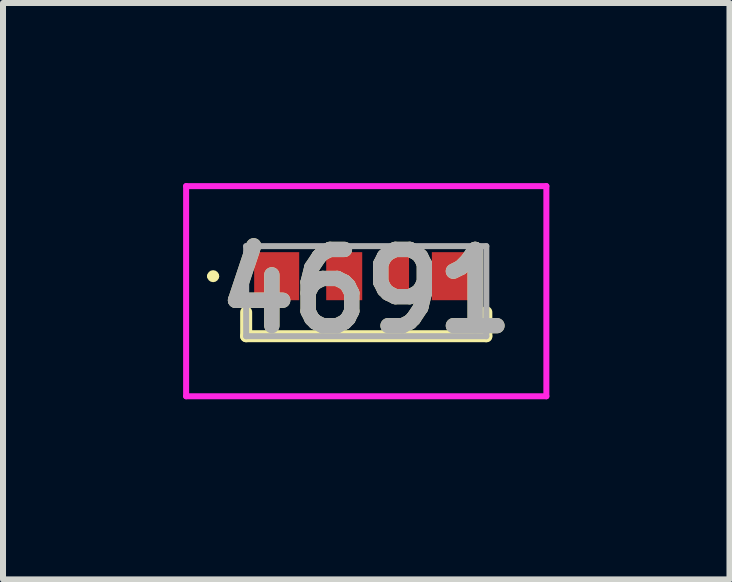
<source format=kicad_pcb>
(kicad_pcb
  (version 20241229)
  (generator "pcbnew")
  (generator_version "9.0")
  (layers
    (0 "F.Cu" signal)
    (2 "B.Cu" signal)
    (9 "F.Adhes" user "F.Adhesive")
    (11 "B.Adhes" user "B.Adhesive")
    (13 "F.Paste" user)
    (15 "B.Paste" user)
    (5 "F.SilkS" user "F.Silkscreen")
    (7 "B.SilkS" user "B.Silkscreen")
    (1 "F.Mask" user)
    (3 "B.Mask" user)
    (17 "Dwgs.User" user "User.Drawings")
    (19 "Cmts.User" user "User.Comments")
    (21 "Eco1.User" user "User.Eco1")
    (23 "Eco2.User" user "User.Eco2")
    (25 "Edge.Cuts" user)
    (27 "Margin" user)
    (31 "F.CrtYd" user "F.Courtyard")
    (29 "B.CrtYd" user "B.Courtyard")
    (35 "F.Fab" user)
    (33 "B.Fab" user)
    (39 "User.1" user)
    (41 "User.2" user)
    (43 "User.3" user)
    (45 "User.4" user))
  (footprint "4691"
    (layer "F.Cu")
    (at 3.05 1.55)
    (property "Reference" "4691" (at 0 0.25 0) (layer "F.SilkS") (effects (font (size 1.27 1.27) (thickness 0.254))))
    (attr smd)
    (fp_line (start -2.6 0) (end -2.6 0) (stroke (width 0.1) (type solid)) (layer "F.SilkS"))
    (fp_line (start -2.5 0) (end -2.5 0) (stroke (width 0.1) (type solid)) (layer "F.SilkS"))
    (fp_line (start -2 0.6) (end -2 1) (stroke (width 0.2) (type solid)) (layer "F.SilkS"))
    (fp_line (start -2 1) (end 2 1) (stroke (width 0.2) (type solid)) (layer "F.SilkS"))
    (fp_line (start 2 1) (end 2 0.6) (stroke (width 0.2) (type solid)) (layer "F.SilkS"))
    (fp_arc (start -2.6 0) (mid -2.55 -0.05) (end -2.5 0) (stroke (width 0.1) (type solid)) (layer "F.SilkS"))
    (fp_arc (start -2.5 0) (mid -2.55 0.05) (end -2.6 0) (stroke (width 0.1) (type solid)) (layer "F.SilkS"))
    (fp_line (start -3 -1.5) (end 3 -1.5) (stroke (width 0.1) (type solid)) (layer "F.CrtYd"))
    (fp_line (start -3 2) (end -3 -1.5) (stroke (width 0.1) (type solid)) (layer "F.CrtYd"))
    (fp_line (start 3 -1.5) (end 3 2) (stroke (width 0.1) (type solid)) (layer "F.CrtYd"))
    (fp_line (start 3 2) (end -3 2) (stroke (width 0.1) (type solid)) (layer "F.CrtYd"))
    (fp_line (start -2 -0.5) (end 2 -0.5) (stroke (width 0.1) (type solid)) (layer "F.Fab"))
    (fp_line (start -2 1) (end -2 -0.5) (stroke (width 0.1) (type solid)) (layer "F.Fab"))
    (fp_line (start 2 -0.5) (end 2 1) (stroke (width 0.1) (type solid)) (layer "F.Fab"))
    (fp_line (start 2 1) (end -2 1) (stroke (width 0.1) (type solid)) (layer "F.Fab"))
    (fp_text user "${REFERENCE}" (at 0 0.25 0) (layer "F.Fab") (effects (font (size 1.27 1.27) (thickness 0.254))))
    (pad "1" smd rect (at -1.492 0) (size 0.75 0.8) (layers "F.Cu" "F.Mask" "F.Paste"))
    (pad "2" smd rect (at -0.367 0) (size 0.6 0.8) (layers "F.Cu" "F.Mask" "F.Paste"))
    (pad "3" smd rect (at 0.513 0) (size 0.4 0.8) (layers "F.Cu" "F.Mask" "F.Paste"))
    (pad "4" smd rect (at 1.493 0) (size 0.8 0.8) (layers "F.Cu" "F.Mask" "F.Paste")))
  (gr_rect
    (start -3 -3)
    (end 9.1 6.6)
    (stroke (width 0.1) (type default))
    (fill no)
    (layer "Edge.Cuts")))
</source>
